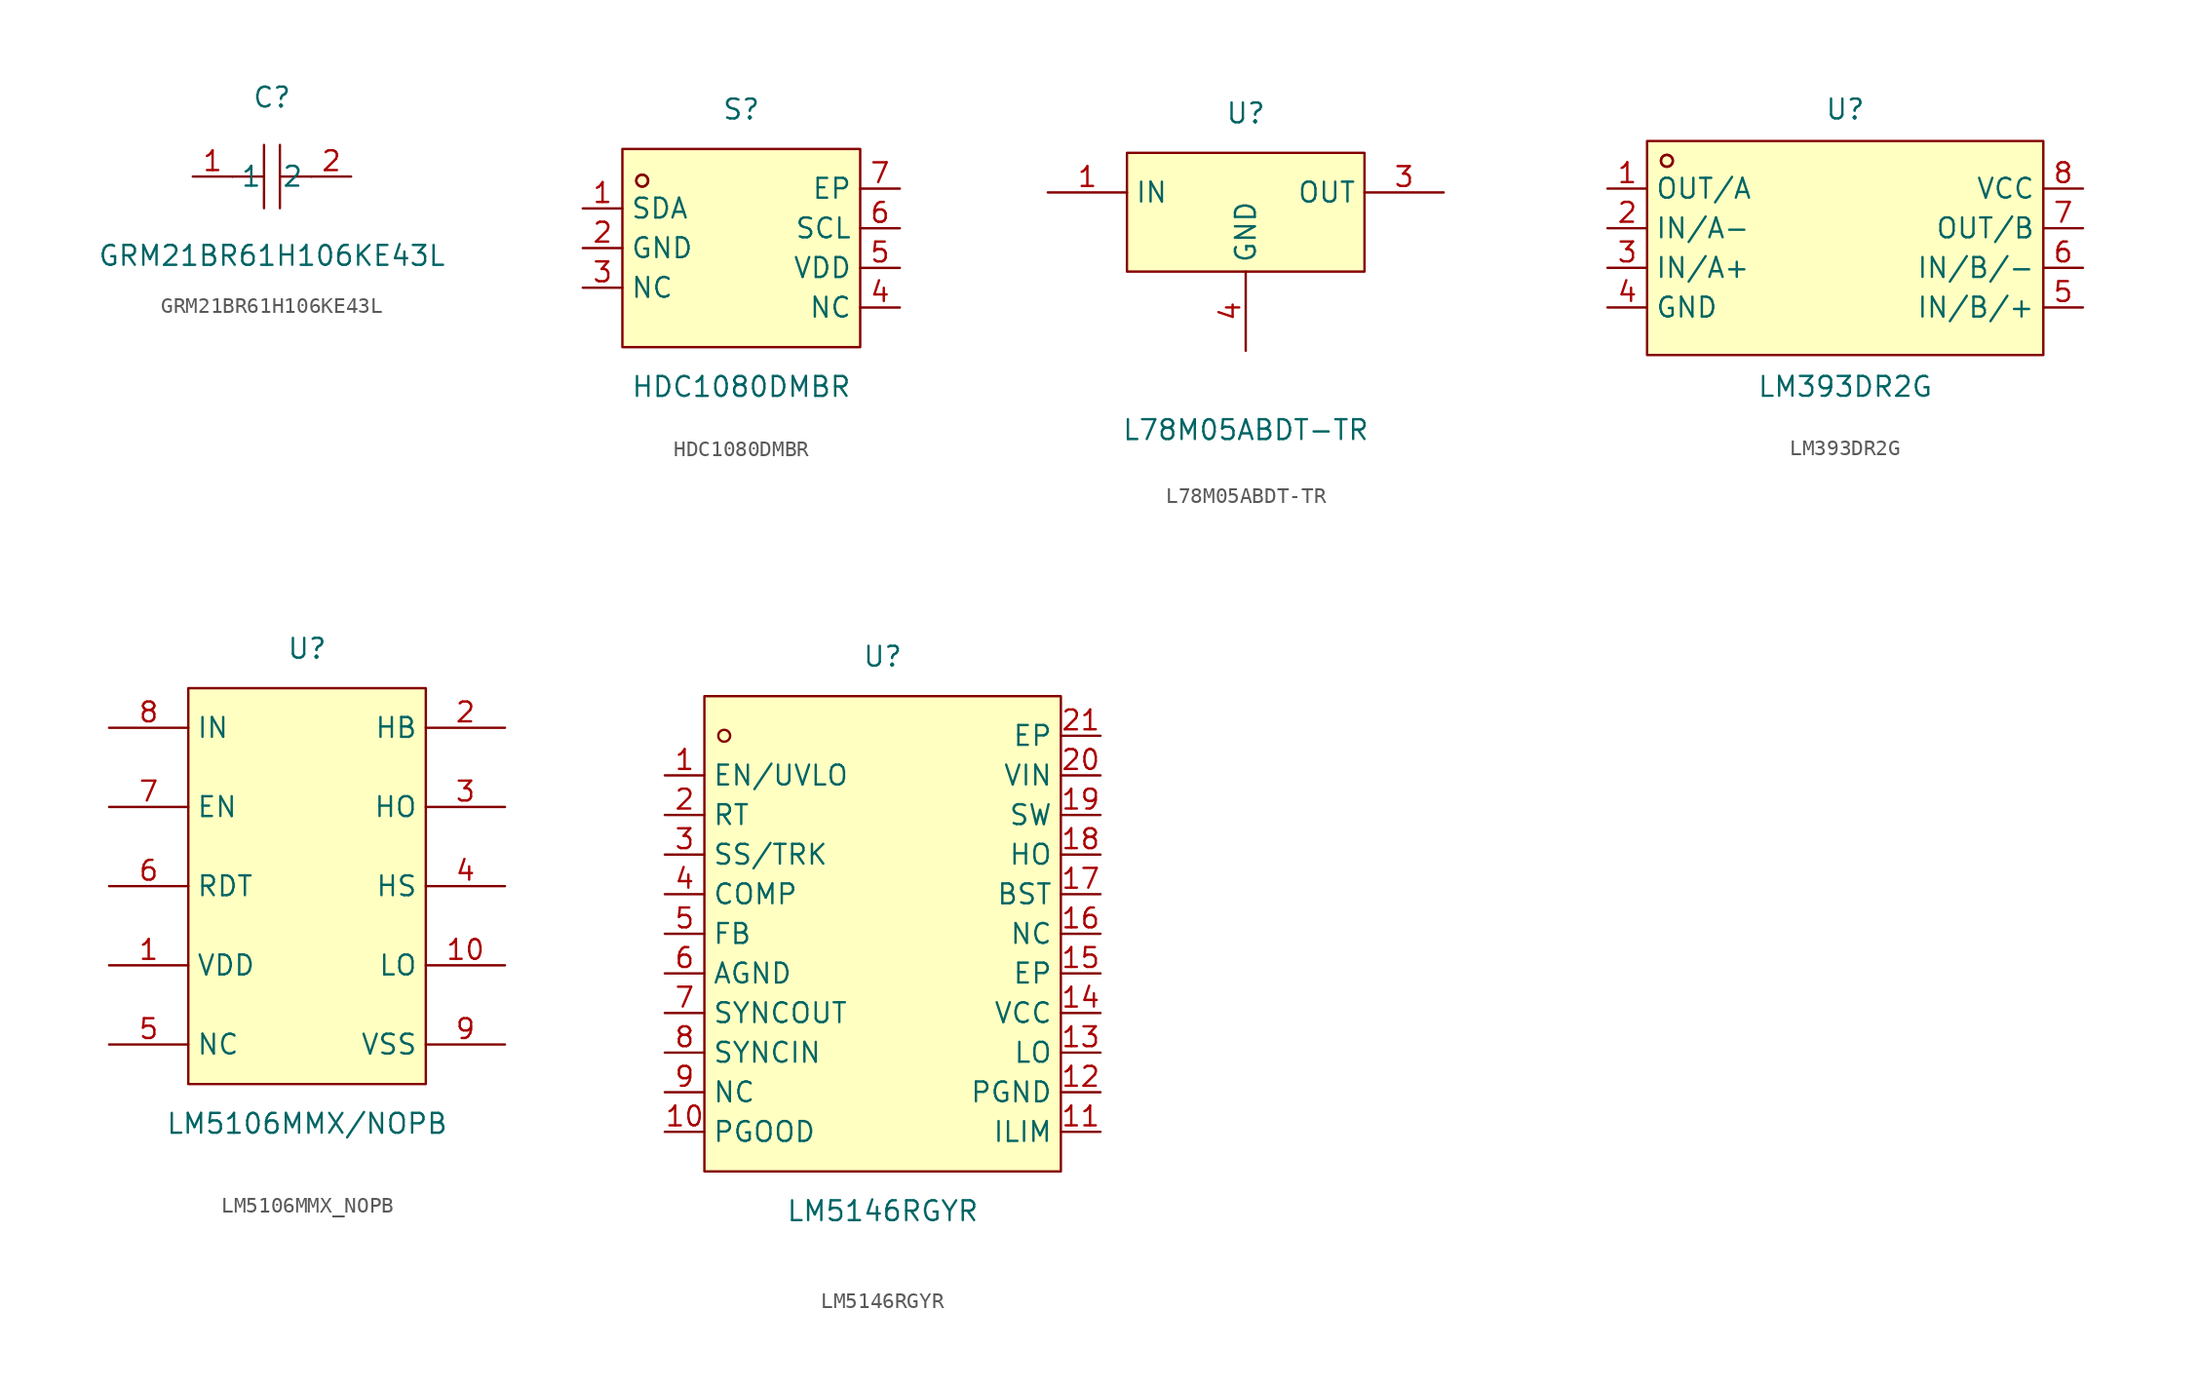
<source format=kicad_sym>
(kicad_symbol_lib
  (version 20231120)
  (generator "kicad_symbol_editor")
  (generator_version "8.0")
  (symbol "GRM21BR61H106KE43L"
    (property "Reference" "C"
      (at 0 5.08 0)
      (effects (font (size 1.27 1.27))))
    (property "Value" "GRM21BR61H106KE43L"
      (at 0 -5.08 0)
      (effects (font (size 1.27 1.27))))
    (symbol "GRM21BR61H106KE43L_0_1"
      (polyline (pts (xy -0.51 -2.03) (xy -0.51 2.03)) (stroke (width 0) (type default)) (fill (type none)))
      (polyline (pts (xy -0.51 0) (xy -2.54 0)) (stroke (width 0) (type default)) (fill (type none)))
      (polyline (pts (xy 0.51 2.03) (xy 0.51 -2.03)) (stroke (width 0) (type default)) (fill (type none)))
      (polyline (pts (xy 2.54 0) (xy 0.51 0)) (stroke (width 0) (type default)) (fill (type none)))
      (pin unspecified line (at -5.08 0 0) (length 2.54) (name "1" (effects (font (size 1.27 1.27)))) (number "1" (effects (font (size 1.27 1.27)))))
      (pin unspecified line (at 5.08 0 180) (length 2.54) (name "2" (effects (font (size 1.27 1.27)))) (number "2" (effects (font (size 1.27 1.27)))))))
  (symbol "HDC1080DMBR"
    (property "Reference" "S"
      (at 0 8.89 0)
      (effects (font (size 1.27 1.27))))
    (property "Value" "HDC1080DMBR"
      (at 0 -8.89 0)
      (effects (font (size 1.27 1.27))))
    (symbol "HDC1080DMBR_0_1"
      (rectangle (start -7.62 6.35) (end 7.62 -6.35) (stroke (width 0) (type default)) (fill (type background)))
      (circle (center -6.35 4.32) (radius 0.38) (stroke (width 0) (type default)) (fill (type none)))
      (circle (center -6.35 4.32) (radius 0.38) (stroke (width 0) (type default)) (fill (type none)))
      (pin unspecified line (at -10.16 2.54 0) (length 2.54) (name "SDA" (effects (font (size 1.27 1.27)))) (number "1" (effects (font (size 1.27 1.27)))))
      (pin unspecified line (at -10.16 0 0) (length 2.54) (name "GND" (effects (font (size 1.27 1.27)))) (number "2" (effects (font (size 1.27 1.27)))))
      (pin unspecified line (at -10.16 -2.54 0) (length 2.54) (name "NC" (effects (font (size 1.27 1.27)))) (number "3" (effects (font (size 1.27 1.27)))))
      (pin unspecified line (at 10.16 -3.81 180) (length 2.54) (name "NC" (effects (font (size 1.27 1.27)))) (number "4" (effects (font (size 1.27 1.27)))))
      (pin unspecified line (at 10.16 -1.27 180) (length 2.54) (name "VDD" (effects (font (size 1.27 1.27)))) (number "5" (effects (font (size 1.27 1.27)))))
      (pin unspecified line (at 10.16 1.27 180) (length 2.54) (name "SCL" (effects (font (size 1.27 1.27)))) (number "6" (effects (font (size 1.27 1.27)))))
      (pin unspecified line (at 10.16 3.81 180) (length 2.54) (name "EP" (effects (font (size 1.27 1.27)))) (number "7" (effects (font (size 1.27 1.27)))))))
  (symbol "L78M05ABDT-TR"
    (property "Reference" "U"
      (at 0 8.89 0)
      (effects (font (size 1.27 1.27))))
    (property "Value" "L78M05ABDT-TR"
      (at 0 -11.43 0)
      (effects (font (size 1.27 1.27))))
    (symbol "L78M05ABDT-TR_0_1"
      (rectangle (start -7.62 6.35) (end 7.62 -1.27) (stroke (width 0) (type default)) (fill (type background)))
      (pin power_in line (at -12.7 3.81 0) (length 5.08) (name "IN" (effects (font (size 1.27 1.27)))) (number "1" (effects (font (size 1.27 1.27)))))
      (pin power_in line (at 12.7 3.81 180) (length 5.08) (name "OUT" (effects (font (size 1.27 1.27)))) (number "3" (effects (font (size 1.27 1.27)))))
      (pin power_in line (at 0 -6.35 90) (length 5.08) (name "GND" (effects (font (size 1.27 1.27)))) (number "4" (effects (font (size 1.27 1.27)))))))
  (symbol "LM393DR2G"
    (property "Reference" "U"
      (at 0 8.89 0)
      (effects (font (size 1.27 1.27))))
    (property "Value" "LM393DR2G"
      (at 0 -8.89 0)
      (effects (font (size 1.27 1.27))))
    (symbol "LM393DR2G_0_1"
      (rectangle (start -12.7 6.86) (end 12.7 -6.86) (stroke (width 0) (type default)) (fill (type background)))
      (circle (center -11.43 5.59) (radius 0.38) (stroke (width 0) (type default)) (fill (type none)))
      (circle (center -11.43 5.59) (radius 0.38) (stroke (width 0) (type default)) (fill (type none)))
      (pin unspecified line (at -15.24 3.81 0) (length 2.54) (name "OUT/A" (effects (font (size 1.27 1.27)))) (number "1" (effects (font (size 1.27 1.27)))))
      (pin unspecified line (at -15.24 -3.81 0) (length 2.54) (name "GND" (effects (font (size 1.27 1.27)))) (number "4" (effects (font (size 1.27 1.27)))))
      (pin unspecified line (at 15.24 1.27 180) (length 2.54) (name "OUT/B" (effects (font (size 1.27 1.27)))) (number "7" (effects (font (size 1.27 1.27)))))
      (pin unspecified line (at 15.24 3.81 180) (length 2.54) (name "VCC" (effects (font (size 1.27 1.27)))) (number "8" (effects (font (size 1.27 1.27))))))
    (symbol "LM393DR2G_1_1"
      (pin unspecified line (at -15.24 1.27 0) (length 2.54) (name "IN/A-" (effects (font (size 1.27 1.27)))) (number "2" (effects (font (size 1.27 1.27)))))
      (pin unspecified line (at -15.24 -1.27 0) (length 2.54) (name "IN/A+" (effects (font (size 1.27 1.27)))) (number "3" (effects (font (size 1.27 1.27)))))
      (pin unspecified line (at 15.24 -3.81 180) (length 2.54) (name "IN/B/+" (effects (font (size 1.27 1.27)))) (number "5" (effects (font (size 1.27 1.27)))))
      (pin unspecified line (at 15.24 -1.27 180) (length 2.54) (name "IN/B/-" (effects (font (size 1.27 1.27)))) (number "6" (effects (font (size 1.27 1.27)))))))
  (symbol "LM5106MMX_NOPB"
    (property "Reference" "U"
      (at 0 15.24 0)
      (effects (font (size 1.27 1.27))))
    (property "Value" "LM5106MMX/NOPB"
      (at 0 -15.24 0)
      (effects (font (size 1.27 1.27))))
    (symbol "LM5106MMX_NOPB_0_1"
      (rectangle (start -7.62 12.7) (end 7.62 -12.7) (stroke (width 0) (type default)) (fill (type background)))
      (pin power_in line (at -12.7 -5.08 0) (length 5.08) (name "VDD" (effects (font (size 1.27 1.27)))) (number "1" (effects (font (size 1.27 1.27)))))
      (pin output line (at 12.7 -5.08 180) (length 5.08) (name "LO" (effects (font (size 1.27 1.27)))) (number "10" (effects (font (size 1.27 1.27)))))
      (pin unspecified line (at 12.7 10.16 180) (length 5.08) (name "HB" (effects (font (size 1.27 1.27)))) (number "2" (effects (font (size 1.27 1.27)))))
      (pin output line (at 12.7 5.08 180) (length 5.08) (name "HO" (effects (font (size 1.27 1.27)))) (number "3" (effects (font (size 1.27 1.27)))))
      (pin unspecified line (at 12.7 0 180) (length 5.08) (name "HS" (effects (font (size 1.27 1.27)))) (number "4" (effects (font (size 1.27 1.27)))))
      (pin unspecified line (at -12.7 -10.16 0) (length 5.08) (name "NC" (effects (font (size 1.27 1.27)))) (number "5" (effects (font (size 1.27 1.27)))))
      (pin unspecified line (at -12.7 0 0) (length 5.08) (name "RDT" (effects (font (size 1.27 1.27)))) (number "6" (effects (font (size 1.27 1.27)))))
      (pin unspecified line (at -12.7 5.08 0) (length 5.08) (name "EN" (effects (font (size 1.27 1.27)))) (number "7" (effects (font (size 1.27 1.27)))))
      (pin unspecified line (at -12.7 10.16 0) (length 5.08) (name "IN" (effects (font (size 1.27 1.27)))) (number "8" (effects (font (size 1.27 1.27)))))
      (pin power_in line (at 12.7 -10.16 180) (length 5.08) (name "VSS" (effects (font (size 1.27 1.27)))) (number "9" (effects (font (size 1.27 1.27)))))))
  (symbol "LM5146RGYR"
    (property "Reference" "U"
      (at 0 17.78 0)
      (effects (font (size 1.27 1.27))))
    (property "Value" "LM5146RGYR"
      (at 0 -17.78 0)
      (effects (font (size 1.27 1.27))))
    (symbol "LM5146RGYR_0_1"
      (rectangle (start -11.43 15.24) (end 11.43 -15.24) (stroke (width 0) (type default)) (fill (type background)))
      (circle (center -10.16 12.7) (radius 0.38) (stroke (width 0) (type default)) (fill (type none)))
      (pin unspecified line (at -13.97 10.16 0) (length 2.54) (name "EN/UVLO" (effects (font (size 1.27 1.27)))) (number "1" (effects (font (size 1.27 1.27)))))
      (pin unspecified line (at -13.97 -12.7 0) (length 2.54) (name "PGOOD" (effects (font (size 1.27 1.27)))) (number "10" (effects (font (size 1.27 1.27)))))
      (pin unspecified line (at 13.97 -12.7 180) (length 2.54) (name "ILIM" (effects (font (size 1.27 1.27)))) (number "11" (effects (font (size 1.27 1.27)))))
      (pin unspecified line (at 13.97 -10.16 180) (length 2.54) (name "PGND" (effects (font (size 1.27 1.27)))) (number "12" (effects (font (size 1.27 1.27)))))
      (pin unspecified line (at 13.97 -7.62 180) (length 2.54) (name "LO" (effects (font (size 1.27 1.27)))) (number "13" (effects (font (size 1.27 1.27)))))
      (pin unspecified line (at 13.97 -5.08 180) (length 2.54) (name "VCC" (effects (font (size 1.27 1.27)))) (number "14" (effects (font (size 1.27 1.27)))))
      (pin unspecified line (at 13.97 -2.54 180) (length 2.54) (name "EP" (effects (font (size 1.27 1.27)))) (number "15" (effects (font (size 1.27 1.27)))))
      (pin unspecified line (at 13.97 0 180) (length 2.54) (name "NC" (effects (font (size 1.27 1.27)))) (number "16" (effects (font (size 1.27 1.27)))))
      (pin unspecified line (at 13.97 2.54 180) (length 2.54) (name "BST" (effects (font (size 1.27 1.27)))) (number "17" (effects (font (size 1.27 1.27)))))
      (pin unspecified line (at 13.97 5.08 180) (length 2.54) (name "HO" (effects (font (size 1.27 1.27)))) (number "18" (effects (font (size 1.27 1.27)))))
      (pin unspecified line (at 13.97 7.62 180) (length 2.54) (name "SW" (effects (font (size 1.27 1.27)))) (number "19" (effects (font (size 1.27 1.27)))))
      (pin unspecified line (at -13.97 7.62 0) (length 2.54) (name "RT" (effects (font (size 1.27 1.27)))) (number "2" (effects (font (size 1.27 1.27)))))
      (pin unspecified line (at 13.97 10.16 180) (length 2.54) (name "VIN" (effects (font (size 1.27 1.27)))) (number "20" (effects (font (size 1.27 1.27)))))
      (pin unspecified line (at 13.97 12.7 180) (length 2.54) (name "EP" (effects (font (size 1.27 1.27)))) (number "21" (effects (font (size 1.27 1.27)))))
      (pin unspecified line (at -13.97 5.08 0) (length 2.54) (name "SS/TRK" (effects (font (size 1.27 1.27)))) (number "3" (effects (font (size 1.27 1.27)))))
      (pin unspecified line (at -13.97 2.54 0) (length 2.54) (name "COMP" (effects (font (size 1.27 1.27)))) (number "4" (effects (font (size 1.27 1.27)))))
      (pin unspecified line (at -13.97 0 0) (length 2.54) (name "FB" (effects (font (size 1.27 1.27)))) (number "5" (effects (font (size 1.27 1.27)))))
      (pin unspecified line (at -13.97 -2.54 0) (length 2.54) (name "AGND" (effects (font (size 1.27 1.27)))) (number "6" (effects (font (size 1.27 1.27)))))
      (pin unspecified line (at -13.97 -5.08 0) (length 2.54) (name "SYNCOUT" (effects (font (size 1.27 1.27)))) (number "7" (effects (font (size 1.27 1.27)))))
      (pin unspecified line (at -13.97 -7.62 0) (length 2.54) (name "SYNCIN" (effects (font (size 1.27 1.27)))) (number "8" (effects (font (size 1.27 1.27)))))
      (pin unspecified line (at -13.97 -10.16 0) (length 2.54) (name "NC" (effects (font (size 1.27 1.27)))) (number "9" (effects (font (size 1.27 1.27))))))))
</source>
